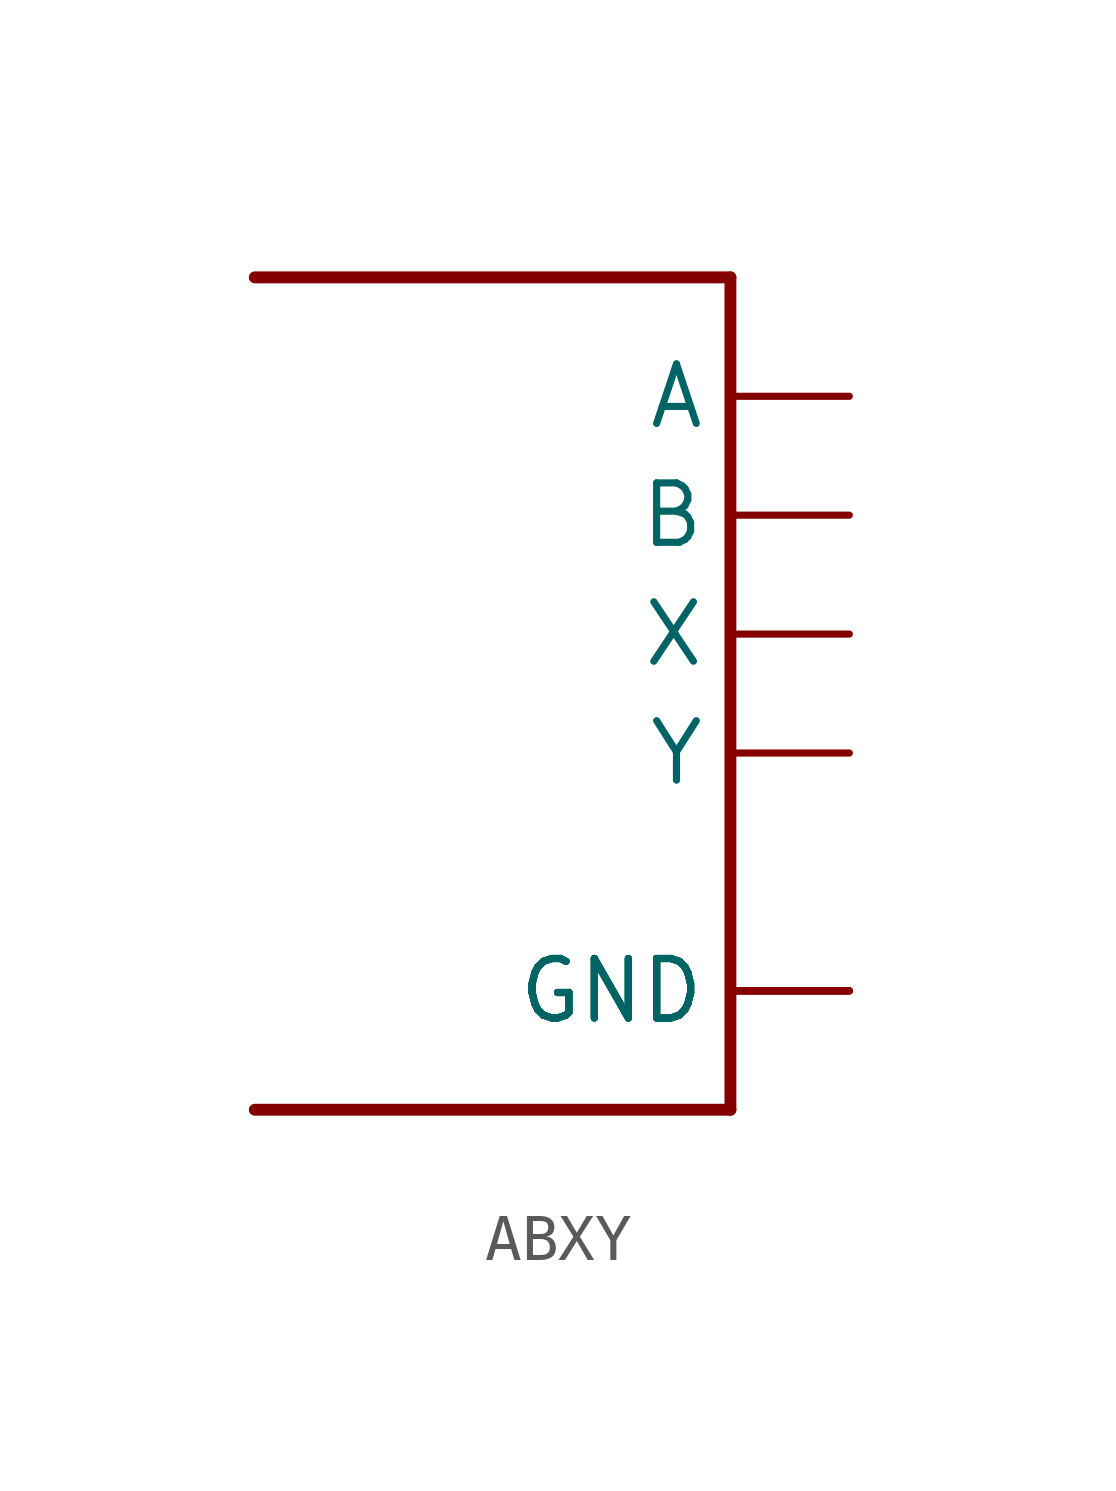
<source format=kicad_sym>
(kicad_symbol_lib
  (version 20220914)
  (generator kicad_symbol_editor)
  (symbol "ABXY"
    (property "Reference" ""
      (at -5.08 10.16 0)
      (effects (font (size 1.27 1.079)) (justify left bottom) hide))
    (property "ki_locked" ""
      (at 0 0 0)
      (effects (font (size 1.27 1.27))))
    (symbol "ABXY_1_0"
      (polyline (pts (xy -5.08 7.62) (xy 5.08 7.62)) (stroke (width 0.254) (type solid)) (fill (type none)))
      (polyline (pts (xy 5.08 -10.16) (xy -5.08 -10.16)) (stroke (width 0.254) (type solid)) (fill (type none)))
      (polyline (pts (xy 5.08 7.62) (xy 5.08 -10.16)) (stroke (width 0.254) (type solid)) (fill (type none)))
      (pin bidirectional line (at 7.62 5.08 180) (length 2.54) (name "A" (effects (font (size 1.27 1.27)))) (number "A" (effects (font (size 0 0)))))
      (pin bidirectional line (at 7.62 2.54 180) (length 2.54) (name "B" (effects (font (size 1.27 1.27)))) (number "B" (effects (font (size 0 0)))))
      (pin bidirectional line (at 7.62 -7.62 180) (length 2.54) (name "GND" (effects (font (size 1.27 1.27)))) (number "GND1" (effects (font (size 0 0)))))
      (pin bidirectional line (at 7.62 -7.62 180) (length 2.54) (name "GND" (effects (font (size 1.27 1.27)))) (number "GND2" (effects (font (size 0 0)))))
      (pin bidirectional line (at 7.62 -7.62 180) (length 2.54) (name "GND" (effects (font (size 1.27 1.27)))) (number "GND3" (effects (font (size 0 0)))))
      (pin bidirectional line (at 7.62 -7.62 180) (length 2.54) (name "GND" (effects (font (size 1.27 1.27)))) (number "GND4" (effects (font (size 0 0)))))
      (pin bidirectional line (at 7.62 0 180) (length 2.54) (name "X" (effects (font (size 1.27 1.27)))) (number "X" (effects (font (size 0 0)))))
      (pin bidirectional line (at 7.62 -2.54 180) (length 2.54) (name "Y" (effects (font (size 1.27 1.27)))) (number "Y" (effects (font (size 0 0))))))))
</source>
